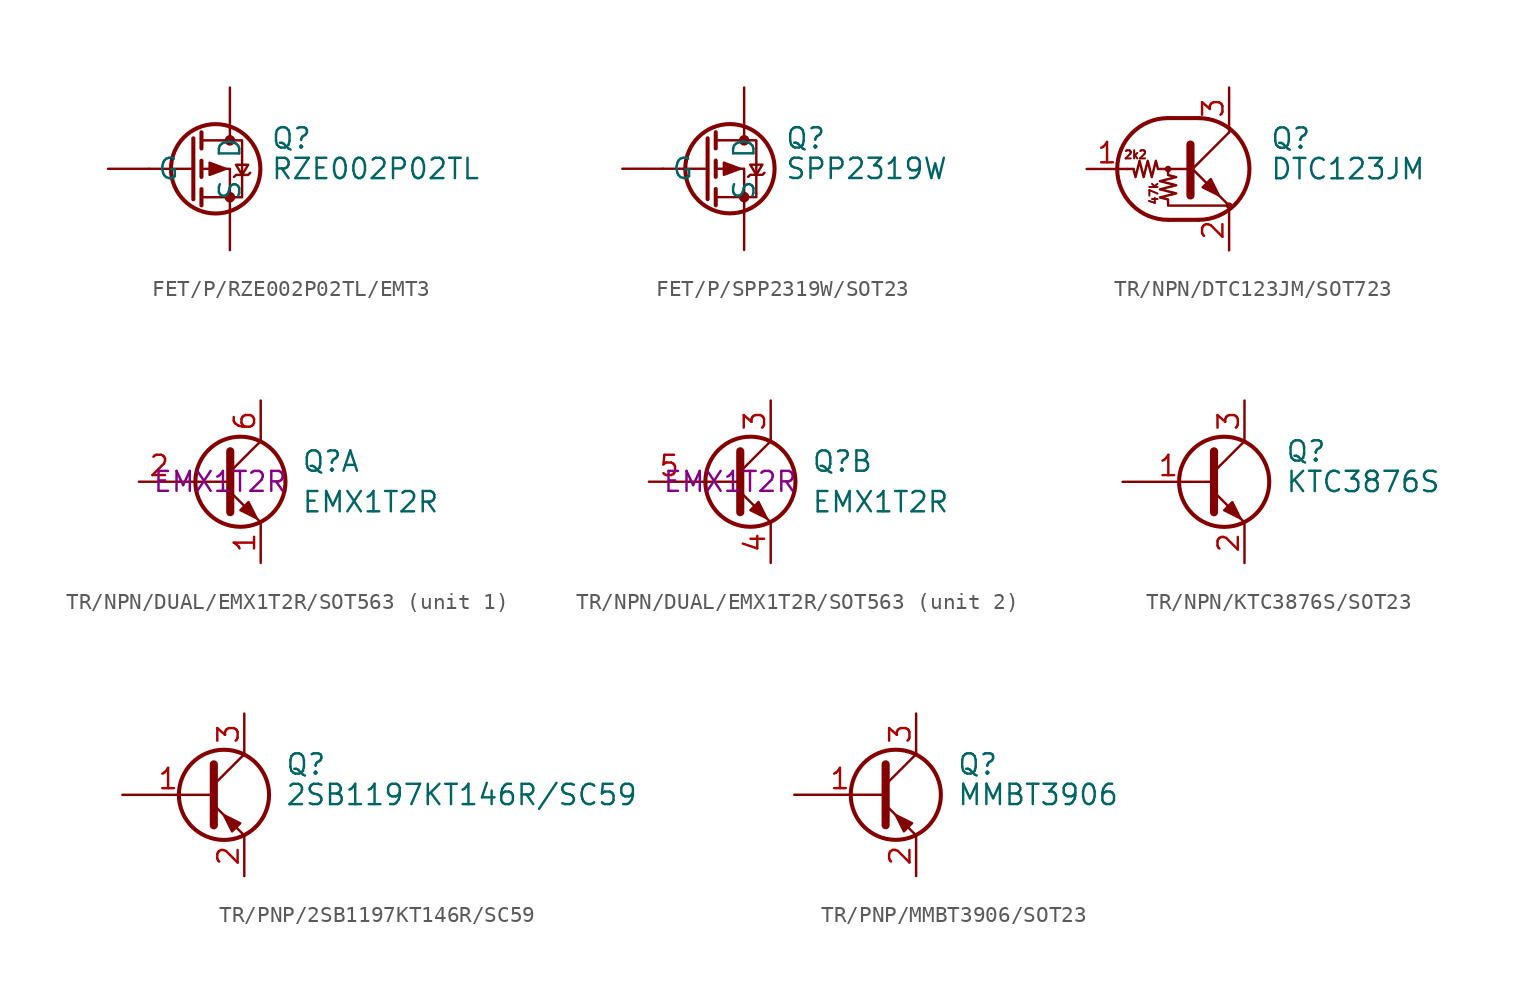
<source format=kicad_sym>
(kicad_symbol_lib
  (version 20220914)
  (generator kicad_symbol_editor)
  (symbol "FET/P/RZE002P02TL/EMT3"
    (pin_numbers hide)
    (property "Reference" "Q"
      (at 5.08 1.905 0)
      (effects (font (size 1.27 1.27)) (justify left)))
    (property "Value" "RZE002P02TL"
      (at 5.08 0 0)
      (effects (font (size 1.27 1.27)) (justify left)))
    (symbol "FET/P/RZE002P02TL/EMT3_0_1"
      (polyline (pts (xy 0.254 0) (xy -2.54 0)) (stroke (width 0) (type default)) (fill (type none)))
      (polyline (pts (xy 0.254 1.905) (xy 0.254 -1.905)) (stroke (width 0.254) (type default)) (fill (type none)))
      (polyline (pts (xy 0.762 -1.27) (xy 0.762 -2.286)) (stroke (width 0.254) (type default)) (fill (type none)))
      (polyline (pts (xy 0.762 0.508) (xy 0.762 -0.508)) (stroke (width 0.254) (type default)) (fill (type none)))
      (polyline (pts (xy 0.762 2.286) (xy 0.762 1.27)) (stroke (width 0.254) (type default)) (fill (type none)))
      (polyline (pts (xy 2.54 2.54) (xy 2.54 1.778)) (stroke (width 0) (type default)) (fill (type none)))
      (polyline (pts (xy 2.54 -2.54) (xy 2.54 0) (xy 0.762 0)) (stroke (width 0) (type default)) (fill (type none)))
      (polyline (pts (xy 0.762 1.778) (xy 3.302 1.778) (xy 3.302 -1.778) (xy 0.762 -1.778)) (stroke (width 0) (type default)) (fill (type none)))
      (polyline (pts (xy 2.286 0) (xy 1.27 0.381) (xy 1.27 -0.381) (xy 2.286 0)) (stroke (width 0) (type default)) (fill (type outline)))
      (polyline (pts (xy 2.794 -0.508) (xy 2.921 -0.381) (xy 3.683 -0.381) (xy 3.81 -0.254)) (stroke (width 0) (type default)) (fill (type none)))
      (polyline (pts (xy 3.302 -0.381) (xy 2.921 0.254) (xy 3.683 0.254) (xy 3.302 -0.381)) (stroke (width 0) (type default)) (fill (type none)))
      (circle (center 1.651 0) (radius 2.794) (stroke (width 0.254) (type default)) (fill (type none)))
      (circle (center 2.54 -1.778) (radius 0.254) (stroke (width 0) (type default)) (fill (type outline)))
      (circle (center 2.54 1.778) (radius 0.254) (stroke (width 0) (type default)) (fill (type outline))))
    (symbol "FET/P/RZE002P02TL/EMT3_1_1"
      (pin input line (at -5.08 0 0) (length 2.54) (name "G" (effects (font (size 1.27 1.27)))) (number "1" (effects (font (size 1.27 1.27)))))
      (pin passive line (at 2.54 -5.08 90) (length 2.54) (name "S" (effects (font (size 1.27 1.27)))) (number "2" (effects (font (size 1.27 1.27)))))
      (pin passive line (at 2.54 5.08 270) (length 2.54) (name "D" (effects (font (size 1.27 1.27)))) (number "3" (effects (font (size 1.27 1.27)))))))
  (symbol "FET/P/SPP2319W/SOT23"
    (pin_numbers hide)
    (property "Reference" "Q"
      (at 5.08 1.905 0)
      (effects (font (size 1.27 1.27)) (justify left)))
    (property "Value" "SPP2319W"
      (at 5.08 0 0)
      (effects (font (size 1.27 1.27)) (justify left)))
    (symbol "FET/P/SPP2319W/SOT23_0_1"
      (polyline (pts (xy 0.254 0) (xy -2.54 0)) (stroke (width 0) (type default)) (fill (type none)))
      (polyline (pts (xy 0.254 1.905) (xy 0.254 -1.905)) (stroke (width 0.254) (type default)) (fill (type none)))
      (polyline (pts (xy 0.762 -1.27) (xy 0.762 -2.286)) (stroke (width 0.254) (type default)) (fill (type none)))
      (polyline (pts (xy 0.762 0.508) (xy 0.762 -0.508)) (stroke (width 0.254) (type default)) (fill (type none)))
      (polyline (pts (xy 0.762 2.286) (xy 0.762 1.27)) (stroke (width 0.254) (type default)) (fill (type none)))
      (polyline (pts (xy 2.54 2.54) (xy 2.54 1.778)) (stroke (width 0) (type default)) (fill (type none)))
      (polyline (pts (xy 2.54 -2.54) (xy 2.54 0) (xy 0.762 0)) (stroke (width 0) (type default)) (fill (type none)))
      (polyline (pts (xy 0.762 1.778) (xy 3.302 1.778) (xy 3.302 -1.778) (xy 0.762 -1.778)) (stroke (width 0) (type default)) (fill (type none)))
      (polyline (pts (xy 2.286 0) (xy 1.27 0.381) (xy 1.27 -0.381) (xy 2.286 0)) (stroke (width 0) (type default)) (fill (type outline)))
      (polyline (pts (xy 2.794 -0.508) (xy 2.921 -0.381) (xy 3.683 -0.381) (xy 3.81 -0.254)) (stroke (width 0) (type default)) (fill (type none)))
      (polyline (pts (xy 3.302 -0.381) (xy 2.921 0.254) (xy 3.683 0.254) (xy 3.302 -0.381)) (stroke (width 0) (type default)) (fill (type none)))
      (circle (center 1.651 0) (radius 2.794) (stroke (width 0.254) (type default)) (fill (type none)))
      (circle (center 2.54 -1.778) (radius 0.254) (stroke (width 0) (type default)) (fill (type outline)))
      (circle (center 2.54 1.778) (radius 0.254) (stroke (width 0) (type default)) (fill (type outline))))
    (symbol "FET/P/SPP2319W/SOT23_1_1"
      (pin input line (at -5.08 0 0) (length 2.54) (name "G" (effects (font (size 1.27 1.27)))) (number "1" (effects (font (size 1.27 1.27)))))
      (pin passive line (at 2.54 -5.08 90) (length 2.54) (name "S" (effects (font (size 1.27 1.27)))) (number "2" (effects (font (size 1.27 1.27)))))
      (pin passive line (at 2.54 5.08 270) (length 2.54) (name "D" (effects (font (size 1.27 1.27)))) (number "3" (effects (font (size 1.27 1.27)))))))
  (symbol "TR/NPN/DTC123JM/SOT723"
    (pin_names
      (offset 0) hide)
    (property "Reference" "Q"
      (at 5.08 1.905 0)
      (effects (font (size 1.27 1.27)) (justify left)))
    (property "Value" "DTC123JM"
      (at 5.08 0 0)
      (effects (font (size 1.27 1.27)) (justify left)))
    (symbol "TR/NPN/DTC123JM/SOT723_0_0"
      (text "2k2" (at -3.302 0.889 0) (effects (font (size 0.508 0.508))))
      (text "47k" (at -2.159 -1.524 900) (effects (font (size 0.508 0.508)))))
    (symbol "TR/NPN/DTC123JM/SOT723_0_1"
      (circle (center -1.27 0) (radius 0.127) (stroke (width 0) (type default)) (fill (type none)))
      (arc (start -1.27 3.175) (mid -4.4312 0) (end -1.27 -3.175) (stroke (width 0.254) (type default)) (fill (type none)))
      (polyline (pts (xy -3.429 0) (xy -3.81 0)) (stroke (width 0) (type default)) (fill (type none)))
      (polyline (pts (xy -1.27 -3.175) (xy 0.635 -3.175)) (stroke (width 0.254) (type default)) (fill (type none)))
      (polyline (pts (xy -1.27 3.175) (xy 0.635 3.175)) (stroke (width 0.254) (type default)) (fill (type none)))
      (polyline (pts (xy 0 -0.254) (xy 2.54 2.286)) (stroke (width 0) (type default)) (fill (type none)))
      (polyline (pts (xy 0.127 1.524) (xy 0.127 -1.651)) (stroke (width 0.508) (type default)) (fill (type outline)))
      (polyline (pts (xy 2.54 2.286) (xy 2.54 2.54)) (stroke (width 0) (type default)) (fill (type none)))
      (polyline (pts (xy 2.54 -2.286) (xy 0 0.254) (xy 0 0.254)) (stroke (width 0) (type default)) (fill (type none)))
      (polyline (pts (xy 0.889 -1.143) (xy 1.397 -0.635) (xy 1.905 -1.651) (xy 0.889 -1.143)) (stroke (width 0) (type default)) (fill (type outline)))
      (polyline (pts (xy 0 0) (xy -1.905 0) (xy -2.032 0.508) (xy -2.286 -0.508) (xy -2.54 0.508) (xy -2.794 -0.508) (xy -3.048 0.508) (xy -3.302 -0.508) (xy -3.429 0)) (stroke (width 0) (type default)) (fill (type none)))
      (polyline (pts (xy -1.27 0) (xy -1.27 -0.381) (xy -0.762 -0.508) (xy -1.778 -0.762) (xy -0.762 -1.016) (xy -1.778 -1.27) (xy -0.762 -1.524) (xy -1.778 -1.778) (xy -1.27 -1.905) (xy -1.27 -2.286) (xy 2.54 -2.286)) (stroke (width 0) (type default)) (fill (type none)))
      (arc (start 0.635 -3.175) (mid 3.7962 0) (end 0.635 3.175) (stroke (width 0.254) (type default)) (fill (type none)))
      (circle (center 2.54 -2.286) (radius 0.127) (stroke (width 0) (type default)) (fill (type none))))
    (symbol "TR/NPN/DTC123JM/SOT723_1_1"
      (pin input line (at -6.35 0 0) (length 2.54) (name "B" (effects (font (size 1.27 1.27)))) (number "1" (effects (font (size 1.27 1.27)))))
      (pin passive line (at 2.54 -5.08 90) (length 2.54) (name "E" (effects (font (size 1.27 1.27)))) (number "2" (effects (font (size 1.27 1.27)))))
      (pin passive line (at 2.54 5.08 270) (length 2.54) (name "C" (effects (font (size 1.27 1.27)))) (number "3" (effects (font (size 1.27 1.27)))))))
  (symbol "TR/NPN/DUAL/EMX1T2R/SOT563"
    (pin_names
      (offset 0) hide)
    (property "Reference" "Q"
      (at 5.08 1.27 0)
      (effects (font (size 1.27 1.27)) (justify left)))
    (property "Value" "EMX1T2R"
      (at 5.08 -1.27 0)
      (effects (font (size 1.27 1.27)) (justify left)))
    (property "PART NUMBER" "EMX1T2R"
      (at 0 0 0)
      (effects (font (size 1.245 1.245))))
    (property "ki_locked" ""
      (at 0 0 0)
      (effects (font (size 1.27 1.27))))
    (symbol "TR/NPN/DUAL/EMX1T2R/SOT563_0_1"
      (polyline (pts (xy 0.635 0) (xy -2.54 0)) (stroke (width 0) (type default)) (fill (type none)))
      (polyline (pts (xy 0.635 0.635) (xy 2.54 2.54)) (stroke (width 0) (type default)) (fill (type none)))
      (polyline (pts (xy 0.635 -0.635) (xy 2.54 -2.54) (xy 2.54 -2.54)) (stroke (width 0) (type default)) (fill (type none)))
      (polyline (pts (xy 0.635 1.905) (xy 0.635 -1.905) (xy 0.635 -1.905)) (stroke (width 0.508) (type default)) (fill (type none)))
      (polyline (pts (xy 1.27 -1.778) (xy 1.778 -1.27) (xy 2.286 -2.286) (xy 1.27 -1.778) (xy 1.27 -1.778)) (stroke (width 0) (type default)) (fill (type outline)))
      (circle (center 1.27 0) (radius 2.819) (stroke (width 0.254) (type default)) (fill (type none))))
    (symbol "TR/NPN/DUAL/EMX1T2R/SOT563_1_1"
      (pin passive line (at 2.54 -5.08 90) (length 2.54) (name "E1" (effects (font (size 1.27 1.27)))) (number "1" (effects (font (size 1.27 1.27)))))
      (pin input line (at -5.08 0 0) (length 2.54) (name "B1" (effects (font (size 1.27 1.27)))) (number "2" (effects (font (size 1.27 1.27)))))
      (pin passive line (at 2.54 5.08 270) (length 2.54) (name "C1" (effects (font (size 1.27 1.27)))) (number "6" (effects (font (size 1.27 1.27))))))
    (symbol "TR/NPN/DUAL/EMX1T2R/SOT563_2_1"
      (pin passive line (at 2.54 5.08 270) (length 2.54) (name "C2" (effects (font (size 1.27 1.27)))) (number "3" (effects (font (size 1.27 1.27)))))
      (pin passive line (at 2.54 -5.08 90) (length 2.54) (name "E2" (effects (font (size 1.27 1.27)))) (number "4" (effects (font (size 1.27 1.27)))))
      (pin input line (at -5.08 0 0) (length 2.54) (name "B2" (effects (font (size 1.27 1.27)))) (number "5" (effects (font (size 1.27 1.27)))))))
  (symbol "TR/NPN/KTC3876S/SOT23"
    (pin_names
      (offset 0) hide)
    (property "Reference" "Q"
      (at 5.08 1.905 0)
      (effects (font (size 1.27 1.27)) (justify left)))
    (property "Value" "KTC3876S"
      (at 5.08 0 0)
      (effects (font (size 1.27 1.27)) (justify left)))
    (symbol "TR/NPN/KTC3876S/SOT23_0_1"
      (polyline (pts (xy 0.635 0.635) (xy 2.54 2.54)) (stroke (width 0) (type default)) (fill (type none)))
      (polyline (pts (xy 0.635 -0.635) (xy 2.54 -2.54) (xy 2.54 -2.54)) (stroke (width 0) (type default)) (fill (type none)))
      (polyline (pts (xy 0.635 1.905) (xy 0.635 -1.905) (xy 0.635 -1.905)) (stroke (width 0.508) (type default)) (fill (type none)))
      (polyline (pts (xy 1.27 -1.778) (xy 1.778 -1.27) (xy 2.286 -2.286) (xy 1.27 -1.778) (xy 1.27 -1.778)) (stroke (width 0) (type default)) (fill (type outline)))
      (circle (center 1.27 0) (radius 2.819) (stroke (width 0.254) (type default)) (fill (type none))))
    (symbol "TR/NPN/KTC3876S/SOT23_1_1"
      (pin input line (at -5.08 0 0) (length 5.715) (name "B" (effects (font (size 1.27 1.27)))) (number "1" (effects (font (size 1.27 1.27)))))
      (pin passive line (at 2.54 -5.08 90) (length 2.54) (name "E" (effects (font (size 1.27 1.27)))) (number "2" (effects (font (size 1.27 1.27)))))
      (pin passive line (at 2.54 5.08 270) (length 2.54) (name "C" (effects (font (size 1.27 1.27)))) (number "3" (effects (font (size 1.27 1.27)))))))
  (symbol "TR/PNP/2SB1197KT146R/SC59"
    (pin_names
      (offset 0) hide)
    (property "Reference" "Q"
      (at 5.08 1.905 0)
      (effects (font (size 1.27 1.27)) (justify left)))
    (property "Value" "2SB1197KT146R/SC59"
      (at 5.08 0 0)
      (effects (font (size 1.27 1.27)) (justify left)))
    (symbol "TR/PNP/2SB1197KT146R/SC59_0_1"
      (polyline (pts (xy 0.635 0.635) (xy 2.54 2.54)) (stroke (width 0) (type default)) (fill (type none)))
      (polyline (pts (xy 0.635 -0.635) (xy 2.54 -2.54) (xy 2.54 -2.54)) (stroke (width 0) (type default)) (fill (type none)))
      (polyline (pts (xy 0.635 1.905) (xy 0.635 -1.905) (xy 0.635 -1.905)) (stroke (width 0.508) (type default)) (fill (type none)))
      (polyline (pts (xy 2.286 -1.778) (xy 1.778 -2.286) (xy 1.27 -1.27) (xy 2.286 -1.778) (xy 2.286 -1.778)) (stroke (width 0) (type default)) (fill (type outline)))
      (circle (center 1.27 0) (radius 2.819) (stroke (width 0.254) (type default)) (fill (type none))))
    (symbol "TR/PNP/2SB1197KT146R/SC59_1_1"
      (pin input line (at -5.08 0 0) (length 5.715) (name "B" (effects (font (size 1.27 1.27)))) (number "1" (effects (font (size 1.27 1.27)))))
      (pin passive line (at 2.54 -5.08 90) (length 2.54) (name "E" (effects (font (size 1.27 1.27)))) (number "2" (effects (font (size 1.27 1.27)))))
      (pin passive line (at 2.54 5.08 270) (length 2.54) (name "C" (effects (font (size 1.27 1.27)))) (number "3" (effects (font (size 1.27 1.27)))))))
  (symbol "TR/PNP/MMBT3906/SOT23"
    (pin_names
      (offset 0) hide)
    (property "Reference" "Q"
      (at 5.08 1.905 0)
      (effects (font (size 1.27 1.27)) (justify left)))
    (property "Value" "MMBT3906"
      (at 5.08 0 0)
      (effects (font (size 1.27 1.27)) (justify left)))
    (symbol "TR/PNP/MMBT3906/SOT23_0_1"
      (polyline (pts (xy 0.635 0.635) (xy 2.54 2.54)) (stroke (width 0) (type default)) (fill (type none)))
      (polyline (pts (xy 0.635 -0.635) (xy 2.54 -2.54) (xy 2.54 -2.54)) (stroke (width 0) (type default)) (fill (type none)))
      (polyline (pts (xy 0.635 1.905) (xy 0.635 -1.905) (xy 0.635 -1.905)) (stroke (width 0.508) (type default)) (fill (type none)))
      (polyline (pts (xy 2.286 -1.778) (xy 1.778 -2.286) (xy 1.27 -1.27) (xy 2.286 -1.778) (xy 2.286 -1.778)) (stroke (width 0) (type default)) (fill (type outline)))
      (circle (center 1.27 0) (radius 2.819) (stroke (width 0.254) (type default)) (fill (type none))))
    (symbol "TR/PNP/MMBT3906/SOT23_1_1"
      (pin input line (at -5.08 0 0) (length 5.715) (name "B" (effects (font (size 1.27 1.27)))) (number "1" (effects (font (size 1.27 1.27)))))
      (pin passive line (at 2.54 -5.08 90) (length 2.54) (name "E" (effects (font (size 1.27 1.27)))) (number "2" (effects (font (size 1.27 1.27)))))
      (pin passive line (at 2.54 5.08 270) (length 2.54) (name "C" (effects (font (size 1.27 1.27)))) (number "3" (effects (font (size 1.27 1.27))))))))
</source>
